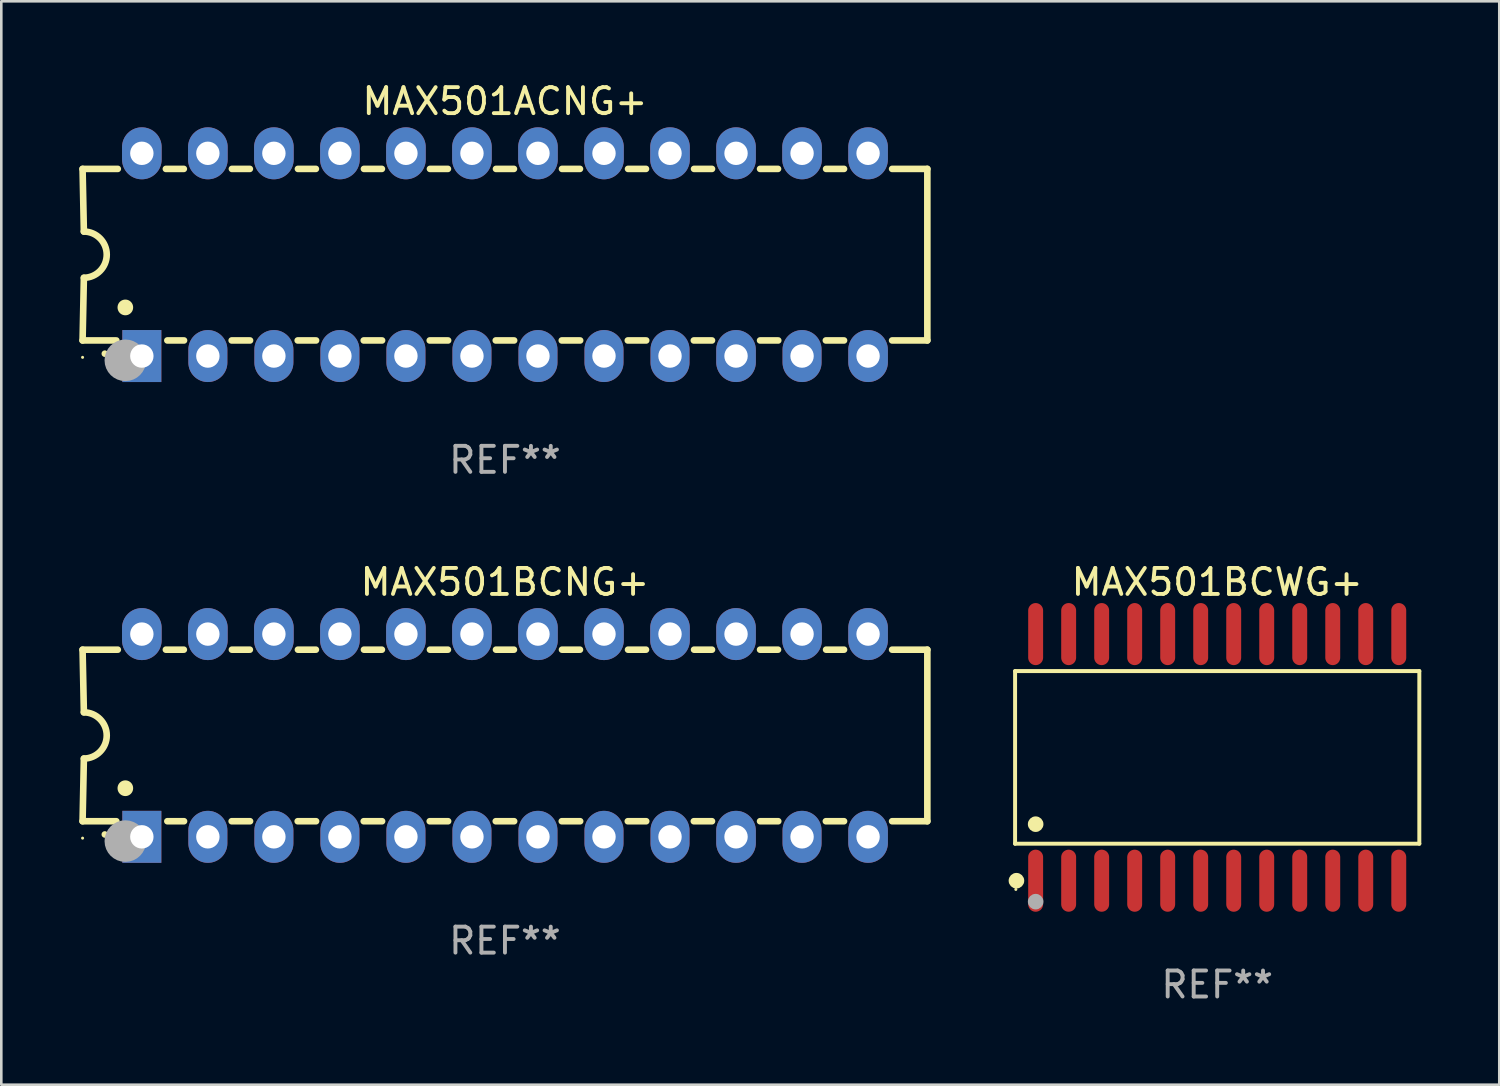
<source format=kicad_pcb>
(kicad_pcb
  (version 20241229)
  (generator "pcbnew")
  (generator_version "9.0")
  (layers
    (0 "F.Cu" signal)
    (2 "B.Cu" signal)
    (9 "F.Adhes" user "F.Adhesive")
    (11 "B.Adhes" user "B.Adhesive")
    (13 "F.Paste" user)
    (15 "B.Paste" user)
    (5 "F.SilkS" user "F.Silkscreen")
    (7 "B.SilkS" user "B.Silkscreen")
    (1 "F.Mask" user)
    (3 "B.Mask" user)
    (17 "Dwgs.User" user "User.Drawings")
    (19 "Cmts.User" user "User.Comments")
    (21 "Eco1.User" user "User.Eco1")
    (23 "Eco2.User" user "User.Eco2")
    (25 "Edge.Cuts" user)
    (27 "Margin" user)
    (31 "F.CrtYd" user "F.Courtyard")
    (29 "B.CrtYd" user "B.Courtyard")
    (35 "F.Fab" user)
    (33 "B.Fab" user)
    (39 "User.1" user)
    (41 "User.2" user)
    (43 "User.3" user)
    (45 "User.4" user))
  (footprint "MAX501ACNG+"
    (layer "F.Cu")
    (at 16.377 6.748)
    (property "Reference" "MAX501ACNG+" (at 0 -5.9 0) (layer "F.SilkS") (effects (font (size 1 1) (thickness 0.15))))
    (attr through_hole)
    (fp_line (start -16.25 -3.3) (end -16.2 -0.889) (stroke (width 0.254) (type solid)) (layer "F.SilkS"))
    (fp_line (start -16.25 -3.3) (end -14.895 -3.3) (stroke (width 0.254) (type solid)) (layer "F.SilkS"))
    (fp_line (start -16.25 3.3) (end -16.2 0.889) (stroke (width 0.254) (type solid)) (layer "F.SilkS"))
    (fp_line (start -16.25 3.3) (end -14.951 3.3) (stroke (width 0.254) (type solid)) (layer "F.SilkS"))
    (fp_line (start -13.045 -3.3) (end -12.355 -3.3) (stroke (width 0.254) (type solid)) (layer "F.SilkS"))
    (fp_line (start -12.989 3.3) (end -12.347 3.3) (stroke (width 0.254) (type solid)) (layer "F.SilkS"))
    (fp_line (start -10.514 3.3) (end -9.807 3.3) (stroke (width 0.254) (type solid)) (layer "F.SilkS"))
    (fp_line (start -10.505 -3.3) (end -9.815 -3.3) (stroke (width 0.254) (type solid)) (layer "F.SilkS"))
    (fp_line (start -7.974 3.3) (end -7.267 3.3) (stroke (width 0.254) (type solid)) (layer "F.SilkS"))
    (fp_line (start -7.965 -3.3) (end -7.275 -3.3) (stroke (width 0.254) (type solid)) (layer "F.SilkS"))
    (fp_line (start -5.434 3.3) (end -4.727 3.3) (stroke (width 0.254) (type solid)) (layer "F.SilkS"))
    (fp_line (start -5.425 -3.3) (end -4.735 -3.3) (stroke (width 0.254) (type solid)) (layer "F.SilkS"))
    (fp_line (start -2.894 3.3) (end -2.187 3.3) (stroke (width 0.254) (type solid)) (layer "F.SilkS"))
    (fp_line (start -2.885 -3.3) (end -2.195 -3.3) (stroke (width 0.254) (type solid)) (layer "F.SilkS"))
    (fp_line (start -0.354 3.3) (end 0.353 3.3) (stroke (width 0.254) (type solid)) (layer "F.SilkS"))
    (fp_line (start -0.345 -3.3) (end 0.345 -3.3) (stroke (width 0.254) (type solid)) (layer "F.SilkS"))
    (fp_line (start 2.186 3.3) (end 2.893 3.3) (stroke (width 0.254) (type solid)) (layer "F.SilkS"))
    (fp_line (start 2.195 -3.3) (end 2.885 -3.3) (stroke (width 0.254) (type solid)) (layer "F.SilkS"))
    (fp_line (start 4.726 3.3) (end 5.434 3.3) (stroke (width 0.254) (type solid)) (layer "F.SilkS"))
    (fp_line (start 4.735 -3.3) (end 5.425 -3.3) (stroke (width 0.254) (type solid)) (layer "F.SilkS"))
    (fp_line (start 7.266 3.3) (end 7.965 3.3) (stroke (width 0.254) (type solid)) (layer "F.SilkS"))
    (fp_line (start 7.275 -3.3) (end 7.965 -3.3) (stroke (width 0.254) (type solid)) (layer "F.SilkS"))
    (fp_line (start 9.815 -3.3) (end 10.505 -3.3) (stroke (width 0.254) (type solid)) (layer "F.SilkS"))
    (fp_line (start 9.815 3.3) (end 10.514 3.3) (stroke (width 0.254) (type solid)) (layer "F.SilkS"))
    (fp_line (start 12.346 3.3) (end 13.045 3.3) (stroke (width 0.254) (type solid)) (layer "F.SilkS"))
    (fp_line (start 12.355 -3.3) (end 13.045 -3.3) (stroke (width 0.254) (type solid)) (layer "F.SilkS"))
    (fp_line (start 16.25 -3.3) (end 14.895 -3.3) (stroke (width 0.254) (type solid)) (layer "F.SilkS"))
    (fp_line (start 16.25 -3.3) (end 16.25 3.3) (stroke (width 0.254) (type solid)) (layer "F.SilkS"))
    (fp_line (start 16.25 3.3) (end 14.895 3.3) (stroke (width 0.254) (type solid)) (layer "F.SilkS"))
    (fp_arc (start -16.201016 -0.890146) (mid -15.311429 -0.001055) (end -16.200025 0.889027) (stroke (width 0.254001) (type solid)) (layer "F.SilkS"))
    (fp_arc (start -15.394971 3.810033) (mid -15.394978 3.808763) (end -15.394971 3.807493) (stroke (width 0.25) (type solid)) (layer "F.SilkS"))
    (fp_arc (start -14.605029 2.032029) (mid -14.60504 2.029489) (end -14.605029 2.026949) (stroke (width 0.6) (type solid)) (layer "F.SilkS"))
    (fp_circle (center -16.25 3.95) (end -16.22 3.95) (stroke (width 0.06) (type solid)) (fill no) (layer "F.SilkS"))
    (fp_circle (center -14.605 4.064) (end -14.205 4.064) (stroke (width 0.8) (type solid)) (fill no) (layer "F.Fab"))
    (fp_text user "REF**" (at 0 7.9 0) (layer "F.Fab") (effects (font (size 1 1) (thickness 0.15))))
    (pad "1" thru_hole rect (at -13.97 3.9 90) (size 2 1.5) (drill 0.9) (layers "*.Cu" "*.Mask"))
    (pad "2" thru_hole oval (at -11.43 3.9 90) (size 2 1.5) (drill 0.9) (layers "*.Cu" "*.Mask"))
    (pad "3" thru_hole oval (at -8.89 3.9 90) (size 2 1.5) (drill 0.9) (layers "*.Cu" "*.Mask"))
    (pad "4" thru_hole oval (at -6.35 3.9 90) (size 2 1.5) (drill 0.9) (layers "*.Cu" "*.Mask"))
    (pad "5" thru_hole oval (at -3.81 3.9 90) (size 2 1.5) (drill 0.9) (layers "*.Cu" "*.Mask"))
    (pad "6" thru_hole oval (at -1.27 3.9 90) (size 2 1.5) (drill 0.9) (layers "*.Cu" "*.Mask"))
    (pad "7" thru_hole oval (at 1.27 3.9 90) (size 2 1.5) (drill 0.9) (layers "*.Cu" "*.Mask"))
    (pad "8" thru_hole oval (at 3.81 3.9 90) (size 2 1.5) (drill 0.9) (layers "*.Cu" "*.Mask"))
    (pad "9" thru_hole oval (at 6.35 3.9 90) (size 2 1.5) (drill 0.9) (layers "*.Cu" "*.Mask"))
    (pad "10" thru_hole oval (at 8.89 3.9 90) (size 2 1.524) (drill 0.9) (layers "*.Cu" "*.Mask"))
    (pad "11" thru_hole oval (at 11.43 3.9 90) (size 2 1.5) (drill 0.9) (layers "*.Cu" "*.Mask"))
    (pad "12" thru_hole oval (at 13.97 3.9 90) (size 2 1.524) (drill 0.9) (layers "*.Cu" "*.Mask"))
    (pad "13" thru_hole oval (at 13.97 -3.9 90) (size 2 1.524) (drill 0.9) (layers "*.Cu" "*.Mask"))
    (pad "14" thru_hole oval (at 11.43 -3.9 90) (size 2 1.524) (drill 0.9) (layers "*.Cu" "*.Mask"))
    (pad "15" thru_hole oval (at 8.89 -3.9 90) (size 2 1.524) (drill 0.9) (layers "*.Cu" "*.Mask"))
    (pad "16" thru_hole oval (at 6.35 -3.9 90) (size 2 1.524) (drill 0.9) (layers "*.Cu" "*.Mask"))
    (pad "17" thru_hole oval (at 3.81 -3.9 90) (size 2 1.524) (drill 0.9) (layers "*.Cu" "*.Mask"))
    (pad "18" thru_hole oval (at 1.27 -3.9 90) (size 2 1.524) (drill 0.9) (layers "*.Cu" "*.Mask"))
    (pad "19" thru_hole oval (at -1.27 -3.9 90) (size 2 1.524) (drill 0.9) (layers "*.Cu" "*.Mask"))
    (pad "20" thru_hole oval (at -3.81 -3.9 90) (size 2 1.524) (drill 0.9) (layers "*.Cu" "*.Mask"))
    (pad "21" thru_hole oval (at -6.35 -3.9 90) (size 2 1.524) (drill 0.9) (layers "*.Cu" "*.Mask"))
    (pad "22" thru_hole oval (at -8.89 -3.9 90) (size 2 1.524) (drill 0.9) (layers "*.Cu" "*.Mask"))
    (pad "23" thru_hole oval (at -11.43 -3.9 90) (size 2 1.524) (drill 0.9) (layers "*.Cu" "*.Mask"))
    (pad "24" thru_hole oval (at -13.97 -3.9 90) (size 2 1.524) (drill 0.9) (layers "*.Cu" "*.Mask")))
  (footprint "MAX501BCNG+"
    (layer "F.Cu")
    (at 16.377 25.245)
    (property "Reference" "MAX501BCNG+" (at 0 -5.9 0) (layer "F.SilkS") (effects (font (size 1 1) (thickness 0.15))))
    (attr through_hole)
    (fp_line (start -16.25 -3.3) (end -16.2 -0.889) (stroke (width 0.254) (type solid)) (layer "F.SilkS"))
    (fp_line (start -16.25 -3.3) (end -14.895 -3.3) (stroke (width 0.254) (type solid)) (layer "F.SilkS"))
    (fp_line (start -16.25 3.3) (end -16.2 0.889) (stroke (width 0.254) (type solid)) (layer "F.SilkS"))
    (fp_line (start -16.25 3.3) (end -14.951 3.3) (stroke (width 0.254) (type solid)) (layer "F.SilkS"))
    (fp_line (start -13.045 -3.3) (end -12.355 -3.3) (stroke (width 0.254) (type solid)) (layer "F.SilkS"))
    (fp_line (start -12.989 3.3) (end -12.347 3.3) (stroke (width 0.254) (type solid)) (layer "F.SilkS"))
    (fp_line (start -10.514 3.3) (end -9.807 3.3) (stroke (width 0.254) (type solid)) (layer "F.SilkS"))
    (fp_line (start -10.505 -3.3) (end -9.815 -3.3) (stroke (width 0.254) (type solid)) (layer "F.SilkS"))
    (fp_line (start -7.974 3.3) (end -7.267 3.3) (stroke (width 0.254) (type solid)) (layer "F.SilkS"))
    (fp_line (start -7.965 -3.3) (end -7.275 -3.3) (stroke (width 0.254) (type solid)) (layer "F.SilkS"))
    (fp_line (start -5.434 3.3) (end -4.727 3.3) (stroke (width 0.254) (type solid)) (layer "F.SilkS"))
    (fp_line (start -5.425 -3.3) (end -4.735 -3.3) (stroke (width 0.254) (type solid)) (layer "F.SilkS"))
    (fp_line (start -2.894 3.3) (end -2.187 3.3) (stroke (width 0.254) (type solid)) (layer "F.SilkS"))
    (fp_line (start -2.885 -3.3) (end -2.195 -3.3) (stroke (width 0.254) (type solid)) (layer "F.SilkS"))
    (fp_line (start -0.354 3.3) (end 0.353 3.3) (stroke (width 0.254) (type solid)) (layer "F.SilkS"))
    (fp_line (start -0.345 -3.3) (end 0.345 -3.3) (stroke (width 0.254) (type solid)) (layer "F.SilkS"))
    (fp_line (start 2.186 3.3) (end 2.893 3.3) (stroke (width 0.254) (type solid)) (layer "F.SilkS"))
    (fp_line (start 2.195 -3.3) (end 2.885 -3.3) (stroke (width 0.254) (type solid)) (layer "F.SilkS"))
    (fp_line (start 4.726 3.3) (end 5.434 3.3) (stroke (width 0.254) (type solid)) (layer "F.SilkS"))
    (fp_line (start 4.735 -3.3) (end 5.425 -3.3) (stroke (width 0.254) (type solid)) (layer "F.SilkS"))
    (fp_line (start 7.266 3.3) (end 7.965 3.3) (stroke (width 0.254) (type solid)) (layer "F.SilkS"))
    (fp_line (start 7.275 -3.3) (end 7.965 -3.3) (stroke (width 0.254) (type solid)) (layer "F.SilkS"))
    (fp_line (start 9.815 -3.3) (end 10.505 -3.3) (stroke (width 0.254) (type solid)) (layer "F.SilkS"))
    (fp_line (start 9.815 3.3) (end 10.514 3.3) (stroke (width 0.254) (type solid)) (layer "F.SilkS"))
    (fp_line (start 12.346 3.3) (end 13.045 3.3) (stroke (width 0.254) (type solid)) (layer "F.SilkS"))
    (fp_line (start 12.355 -3.3) (end 13.045 -3.3) (stroke (width 0.254) (type solid)) (layer "F.SilkS"))
    (fp_line (start 16.25 -3.3) (end 14.895 -3.3) (stroke (width 0.254) (type solid)) (layer "F.SilkS"))
    (fp_line (start 16.25 -3.3) (end 16.25 3.3) (stroke (width 0.254) (type solid)) (layer "F.SilkS"))
    (fp_line (start 16.25 3.3) (end 14.895 3.3) (stroke (width 0.254) (type solid)) (layer "F.SilkS"))
    (fp_arc (start -16.201016 -0.890146) (mid -15.311429 -0.001055) (end -16.200025 0.889027) (stroke (width 0.254001) (type solid)) (layer "F.SilkS"))
    (fp_arc (start -15.394971 3.810033) (mid -15.394978 3.808763) (end -15.394971 3.807493) (stroke (width 0.25) (type solid)) (layer "F.SilkS"))
    (fp_arc (start -14.605029 2.032029) (mid -14.60504 2.029489) (end -14.605029 2.026949) (stroke (width 0.6) (type solid)) (layer "F.SilkS"))
    (fp_circle (center -16.25 3.95) (end -16.22 3.95) (stroke (width 0.06) (type solid)) (fill no) (layer "F.SilkS"))
    (fp_circle (center -14.605 4.064) (end -14.205 4.064) (stroke (width 0.8) (type solid)) (fill no) (layer "F.Fab"))
    (fp_text user "REF**" (at 0 7.9 0) (layer "F.Fab") (effects (font (size 1 1) (thickness 0.15))))
    (pad "1" thru_hole rect (at -13.97 3.9 90) (size 2 1.5) (drill 0.9) (layers "*.Cu" "*.Mask"))
    (pad "2" thru_hole oval (at -11.43 3.9 90) (size 2 1.5) (drill 0.9) (layers "*.Cu" "*.Mask"))
    (pad "3" thru_hole oval (at -8.89 3.9 90) (size 2 1.5) (drill 0.9) (layers "*.Cu" "*.Mask"))
    (pad "4" thru_hole oval (at -6.35 3.9 90) (size 2 1.5) (drill 0.9) (layers "*.Cu" "*.Mask"))
    (pad "5" thru_hole oval (at -3.81 3.9 90) (size 2 1.5) (drill 0.9) (layers "*.Cu" "*.Mask"))
    (pad "6" thru_hole oval (at -1.27 3.9 90) (size 2 1.5) (drill 0.9) (layers "*.Cu" "*.Mask"))
    (pad "7" thru_hole oval (at 1.27 3.9 90) (size 2 1.5) (drill 0.9) (layers "*.Cu" "*.Mask"))
    (pad "8" thru_hole oval (at 3.81 3.9 90) (size 2 1.5) (drill 0.9) (layers "*.Cu" "*.Mask"))
    (pad "9" thru_hole oval (at 6.35 3.9 90) (size 2 1.5) (drill 0.9) (layers "*.Cu" "*.Mask"))
    (pad "10" thru_hole oval (at 8.89 3.9 90) (size 2 1.524) (drill 0.9) (layers "*.Cu" "*.Mask"))
    (pad "11" thru_hole oval (at 11.43 3.9 90) (size 2 1.5) (drill 0.9) (layers "*.Cu" "*.Mask"))
    (pad "12" thru_hole oval (at 13.97 3.9 90) (size 2 1.524) (drill 0.9) (layers "*.Cu" "*.Mask"))
    (pad "13" thru_hole oval (at 13.97 -3.9 90) (size 2 1.524) (drill 0.9) (layers "*.Cu" "*.Mask"))
    (pad "14" thru_hole oval (at 11.43 -3.9 90) (size 2 1.524) (drill 0.9) (layers "*.Cu" "*.Mask"))
    (pad "15" thru_hole oval (at 8.89 -3.9 90) (size 2 1.524) (drill 0.9) (layers "*.Cu" "*.Mask"))
    (pad "16" thru_hole oval (at 6.35 -3.9 90) (size 2 1.524) (drill 0.9) (layers "*.Cu" "*.Mask"))
    (pad "17" thru_hole oval (at 3.81 -3.9 90) (size 2 1.524) (drill 0.9) (layers "*.Cu" "*.Mask"))
    (pad "18" thru_hole oval (at 1.27 -3.9 90) (size 2 1.524) (drill 0.9) (layers "*.Cu" "*.Mask"))
    (pad "19" thru_hole oval (at -1.27 -3.9 90) (size 2 1.524) (drill 0.9) (layers "*.Cu" "*.Mask"))
    (pad "20" thru_hole oval (at -3.81 -3.9 90) (size 2 1.524) (drill 0.9) (layers "*.Cu" "*.Mask"))
    (pad "21" thru_hole oval (at -6.35 -3.9 90) (size 2 1.524) (drill 0.9) (layers "*.Cu" "*.Mask"))
    (pad "22" thru_hole oval (at -8.89 -3.9 90) (size 2 1.524) (drill 0.9) (layers "*.Cu" "*.Mask"))
    (pad "23" thru_hole oval (at -11.43 -3.9 90) (size 2 1.524) (drill 0.9) (layers "*.Cu" "*.Mask"))
    (pad "24" thru_hole oval (at -13.97 -3.9 90) (size 2 1.524) (drill 0.9) (layers "*.Cu" "*.Mask")))
  (footprint "MAX501BCWG+"
    (layer "F.Cu")
    (at 43.779 26.089)
    (property "Reference" "MAX501BCWG+" (at 0 -6.744 0) (layer "F.SilkS") (effects (font (size 1 1) (thickness 0.15))))
    (attr through_hole)
    (fp_line (start -7.776 -3.321) (end 7.776 -3.321) (stroke (width 0.152) (type solid)) (layer "F.SilkS"))
    (fp_line (start -7.776 3.321) (end -7.776 -3.321) (stroke (width 0.152) (type solid)) (layer "F.SilkS"))
    (fp_line (start 7.776 -3.321) (end 7.776 3.321) (stroke (width 0.152) (type solid)) (layer "F.SilkS"))
    (fp_line (start 7.776 3.321) (end -7.776 3.321) (stroke (width 0.152) (type solid)) (layer "F.SilkS"))
    (fp_circle (center -7.747 5.08) (end -7.717 5.08) (stroke (width 0.06) (type solid)) (fill no) (layer "F.SilkS"))
    (fp_circle (center -7.724 4.744) (end -7.574 4.744) (stroke (width 0.3) (type solid)) (fill no) (layer "F.SilkS"))
    (fp_circle (center -6.985 2.569) (end -6.835 2.569) (stroke (width 0.3) (type solid)) (fill no) (layer "F.SilkS"))
    (fp_circle (center -6.985 5.55) (end -6.835 5.55) (stroke (width 0.3) (type solid)) (fill no) (layer "F.Fab"))
    (fp_text user "REF**" (at 0 8.744 0) (layer "F.Fab") (effects (font (size 1 1) (thickness 0.15))))
    (pad "1" smd oval (at -6.985 4.744) (size 0.574 2.388) (layers "F.Cu" "F.Mask" "F.Paste"))
    (pad "2" smd oval (at -5.715 4.744) (size 0.574 2.388) (layers "F.Cu" "F.Mask" "F.Paste"))
    (pad "3" smd oval (at -4.445 4.744) (size 0.574 2.388) (layers "F.Cu" "F.Mask" "F.Paste"))
    (pad "4" smd oval (at -3.175 4.744) (size 0.574 2.388) (layers "F.Cu" "F.Mask" "F.Paste"))
    (pad "5" smd oval (at -1.905 4.744) (size 0.574 2.388) (layers "F.Cu" "F.Mask" "F.Paste"))
    (pad "6" smd oval (at -0.635 4.744) (size 0.574 2.388) (layers "F.Cu" "F.Mask" "F.Paste"))
    (pad "7" smd oval (at 0.635 4.744) (size 0.574 2.388) (layers "F.Cu" "F.Mask" "F.Paste"))
    (pad "8" smd oval (at 1.905 4.744) (size 0.574 2.388) (layers "F.Cu" "F.Mask" "F.Paste"))
    (pad "9" smd oval (at 3.175 4.744) (size 0.574 2.388) (layers "F.Cu" "F.Mask" "F.Paste"))
    (pad "10" smd oval (at 4.445 4.744) (size 0.574 2.388) (layers "F.Cu" "F.Mask" "F.Paste"))
    (pad "11" smd oval (at 5.715 4.744) (size 0.574 2.388) (layers "F.Cu" "F.Mask" "F.Paste"))
    (pad "12" smd oval (at 6.985 4.744) (size 0.574 2.388) (layers "F.Cu" "F.Mask" "F.Paste"))
    (pad "13" smd oval (at 6.985 -4.744) (size 0.574 2.388) (layers "F.Cu" "F.Mask" "F.Paste"))
    (pad "14" smd oval (at 5.715 -4.744) (size 0.574 2.388) (layers "F.Cu" "F.Mask" "F.Paste"))
    (pad "15" smd oval (at 4.445 -4.744) (size 0.574 2.388) (layers "F.Cu" "F.Mask" "F.Paste"))
    (pad "16" smd oval (at 3.175 -4.744) (size 0.574 2.388) (layers "F.Cu" "F.Mask" "F.Paste"))
    (pad "17" smd oval (at 1.905 -4.744) (size 0.574 2.388) (layers "F.Cu" "F.Mask" "F.Paste"))
    (pad "18" smd oval (at 0.635 -4.744) (size 0.574 2.388) (layers "F.Cu" "F.Mask" "F.Paste"))
    (pad "19" smd oval (at -0.635 -4.744) (size 0.574 2.388) (layers "F.Cu" "F.Mask" "F.Paste"))
    (pad "20" smd oval (at -1.905 -4.744) (size 0.574 2.388) (layers "F.Cu" "F.Mask" "F.Paste"))
    (pad "21" smd oval (at -3.175 -4.744) (size 0.574 2.388) (layers "F.Cu" "F.Mask" "F.Paste"))
    (pad "22" smd oval (at -4.445 -4.744) (size 0.574 2.388) (layers "F.Cu" "F.Mask" "F.Paste"))
    (pad "23" smd oval (at -5.715 -4.744) (size 0.574 2.388) (layers "F.Cu" "F.Mask" "F.Paste"))
    (pad "24" smd oval (at -6.985 -4.744) (size 0.574 2.388) (layers "F.Cu" "F.Mask" "F.Paste")))
  (gr_rect
    (start -3 -3)
    (end 54.631 38.681)
    (stroke (width 0.1) (type default))
    (fill no)
    (layer "Edge.Cuts")))
</source>
